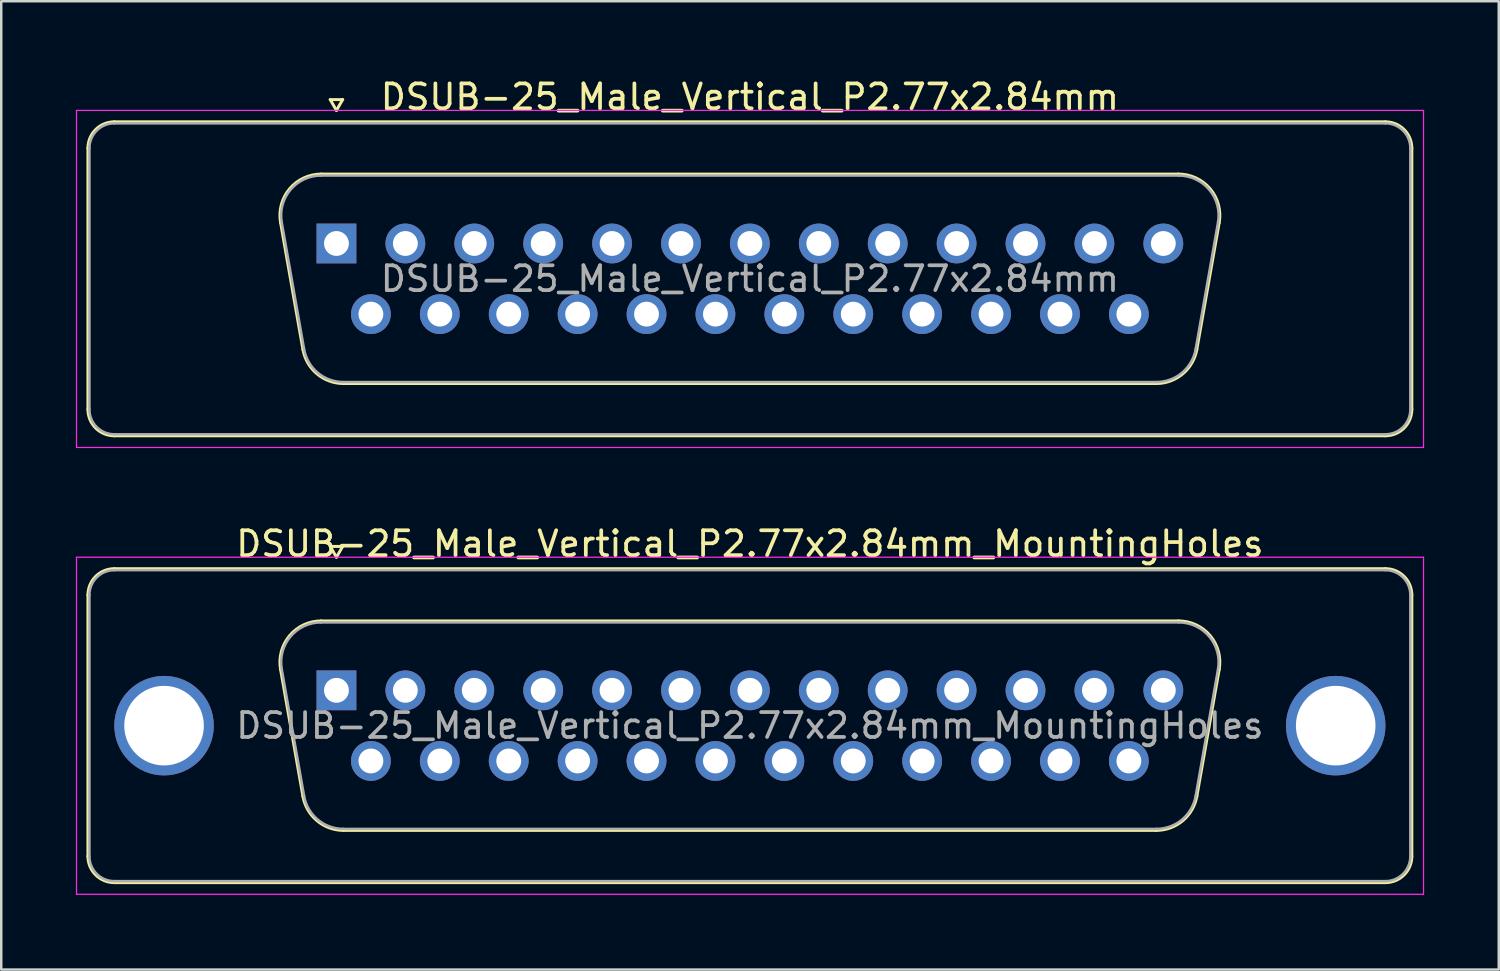
<source format=kicad_pcb>
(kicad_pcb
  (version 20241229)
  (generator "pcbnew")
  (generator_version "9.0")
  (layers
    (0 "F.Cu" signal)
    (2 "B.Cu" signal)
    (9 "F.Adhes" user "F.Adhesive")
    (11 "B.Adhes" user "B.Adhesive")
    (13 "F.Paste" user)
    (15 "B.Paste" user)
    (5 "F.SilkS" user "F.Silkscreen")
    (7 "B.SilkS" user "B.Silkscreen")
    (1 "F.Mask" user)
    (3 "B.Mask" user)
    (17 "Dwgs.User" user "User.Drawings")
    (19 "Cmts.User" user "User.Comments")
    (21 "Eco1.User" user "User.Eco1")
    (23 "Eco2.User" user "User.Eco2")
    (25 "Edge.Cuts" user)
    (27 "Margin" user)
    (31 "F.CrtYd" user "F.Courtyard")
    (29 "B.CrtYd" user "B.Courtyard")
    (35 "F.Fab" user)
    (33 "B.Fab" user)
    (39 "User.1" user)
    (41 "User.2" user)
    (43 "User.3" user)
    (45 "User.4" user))
  (footprint "DSUB-25_Male_Vertical_P2.77x2.84mm_MountingHoles"
    (layer "F.Cu")
    (at 10.475 24.701)
    (property "Reference" "DSUB-25_Male_Vertical_P2.77x2.84mm_MountingHoles" (at 16.62 -5.89 0) (layer "F.SilkS") (effects (font (size 1 1) (thickness 0.15))))
    (attr through_hole)
    (fp_line (start -9.99 6.67) (end -9.99 -3.83) (stroke (width 0.12) (type solid)) (layer "F.SilkS"))
    (fp_line (start -8.93 -4.89) (end 42.17 -4.89) (stroke (width 0.12) (type solid)) (layer "F.SilkS"))
    (fp_line (start -2.246 -0.842) (end -1.347 4.258) (stroke (width 0.12) (type solid)) (layer "F.SilkS"))
    (fp_line (start -0.612 -2.79) (end 33.852 -2.79) (stroke (width 0.12) (type solid)) (layer "F.SilkS"))
    (fp_line (start -0.25 -5.784) (end 0.25 -5.784) (stroke (width 0.12) (type solid)) (layer "F.SilkS"))
    (fp_line (start 0 -5.351) (end -0.25 -5.784) (stroke (width 0.12) (type solid)) (layer "F.SilkS"))
    (fp_line (start 0.25 -5.784) (end 0 -5.351) (stroke (width 0.12) (type solid)) (layer "F.SilkS"))
    (fp_line (start 0.288 5.63) (end 32.952 5.63) (stroke (width 0.12) (type solid)) (layer "F.SilkS"))
    (fp_line (start 35.486 -0.842) (end 34.587 4.258) (stroke (width 0.12) (type solid)) (layer "F.SilkS"))
    (fp_line (start 42.17 7.73) (end -8.93 7.73) (stroke (width 0.12) (type solid)) (layer "F.SilkS"))
    (fp_line (start 43.23 -3.83) (end 43.23 6.67) (stroke (width 0.12) (type solid)) (layer "F.SilkS"))
    (fp_arc (start -9.99 -3.83) (mid -9.679533 -4.579533) (end -8.93 -4.89) (stroke (width 0.12) (type solid)) (layer "F.SilkS"))
    (fp_arc (start -8.93 7.73) (mid -9.679533 7.419533) (end -9.99 6.67) (stroke (width 0.12) (type solid)) (layer "F.SilkS"))
    (fp_arc (start -2.24647 -0.841744) (mid -1.883323 -2.197028) (end -0.611689 -2.79) (stroke (width 0.12) (type solid)) (layer "F.SilkS"))
    (fp_arc (start 0.287579 5.63) (mid -0.779448 5.241634) (end -1.347202 4.258256) (stroke (width 0.12) (type solid)) (layer "F.SilkS"))
    (fp_arc (start 33.851689 -2.79) (mid 35.123323 -2.197027) (end 35.48647 -0.841744) (stroke (width 0.12) (type solid)) (layer "F.SilkS"))
    (fp_arc (start 34.587202 4.258256) (mid 34.019449 5.241634) (end 32.952421 5.63) (stroke (width 0.12) (type solid)) (layer "F.SilkS"))
    (fp_arc (start 42.17 -4.89) (mid 42.919533 -4.579533) (end 43.23 -3.83) (stroke (width 0.12) (type solid)) (layer "F.SilkS"))
    (fp_arc (start 43.23 6.67) (mid 42.919533 7.419533) (end 42.17 7.73) (stroke (width 0.12) (type solid)) (layer "F.SilkS"))
    (fp_line (start -10.45 -5.35) (end -10.45 8.2) (stroke (width 0.05) (type solid)) (layer "F.CrtYd"))
    (fp_line (start -10.45 8.2) (end 43.7 8.2) (stroke (width 0.05) (type solid)) (layer "F.CrtYd"))
    (fp_line (start 43.7 -5.35) (end -10.45 -5.35) (stroke (width 0.05) (type solid)) (layer "F.CrtYd"))
    (fp_line (start 43.7 8.2) (end 43.7 -5.35) (stroke (width 0.05) (type solid)) (layer "F.CrtYd"))
    (fp_line (start -9.93 6.67) (end -9.93 -3.83) (stroke (width 0.1) (type solid)) (layer "F.Fab"))
    (fp_line (start -8.93 -4.83) (end 42.17 -4.83) (stroke (width 0.1) (type solid)) (layer "F.Fab"))
    (fp_line (start -2.199 -0.852) (end -1.3 4.248) (stroke (width 0.1) (type solid)) (layer "F.Fab"))
    (fp_line (start -0.623 -2.73) (end 33.863 -2.73) (stroke (width 0.1) (type solid)) (layer "F.Fab"))
    (fp_line (start 0.276 5.57) (end 32.964 5.57) (stroke (width 0.1) (type solid)) (layer "F.Fab"))
    (fp_line (start 35.439 -0.852) (end 34.54 4.248) (stroke (width 0.1) (type solid)) (layer "F.Fab"))
    (fp_line (start 42.17 7.67) (end -8.93 7.67) (stroke (width 0.1) (type solid)) (layer "F.Fab"))
    (fp_line (start 43.17 -3.83) (end 43.17 6.67) (stroke (width 0.1) (type solid)) (layer "F.Fab"))
    (fp_arc (start -9.93 -3.83) (mid -9.637107 -4.537107) (end -8.93 -4.83) (stroke (width 0.1) (type solid)) (layer "F.Fab"))
    (fp_arc (start -8.93 7.67) (mid -9.637107 7.377107) (end -9.93 6.67) (stroke (width 0.1) (type solid)) (layer "F.Fab"))
    (fp_arc (start -2.198886 -0.852163) (mid -1.848865 -2.15846) (end -0.623194 -2.73) (stroke (width 0.1) (type solid)) (layer "F.Fab"))
    (fp_arc (start 0.276073 5.57) (mid -0.752387 5.195671) (end -1.299619 4.247837) (stroke (width 0.1) (type solid)) (layer "F.Fab"))
    (fp_arc (start 33.863194 -2.73) (mid 35.088865 -2.15846) (end 35.438886 -0.852163) (stroke (width 0.1) (type solid)) (layer "F.Fab"))
    (fp_arc (start 34.539619 4.247837) (mid 33.992387 5.195671) (end 32.963927 5.57) (stroke (width 0.1) (type solid)) (layer "F.Fab"))
    (fp_arc (start 42.17 -4.83) (mid 42.877107 -4.537107) (end 43.17 -3.83) (stroke (width 0.1) (type solid)) (layer "F.Fab"))
    (fp_arc (start 43.17 6.67) (mid 42.877107 7.377107) (end 42.17 7.67) (stroke (width 0.1) (type solid)) (layer "F.Fab"))
    (fp_text user "${REFERENCE}" (at 16.62 1.42 0) (layer "F.Fab") (effects (font (size 1 1) (thickness 0.15))))
    (pad "0" thru_hole circle (at -6.93 1.42) (size 4 4) (drill 3.2) (layers "*.Cu" "*.Mask"))
    (pad "0" thru_hole circle (at 40.17 1.42) (size 4 4) (drill 3.2) (layers "*.Cu" "*.Mask"))
    (pad "1" thru_hole rect (at 0 0) (size 1.6 1.6) (drill 1) (layers "*.Cu" "*.Mask"))
    (pad "2" thru_hole circle (at 2.77 0) (size 1.6 1.6) (drill 1) (layers "*.Cu" "*.Mask"))
    (pad "3" thru_hole circle (at 5.54 0) (size 1.6 1.6) (drill 1) (layers "*.Cu" "*.Mask"))
    (pad "4" thru_hole circle (at 8.31 0) (size 1.6 1.6) (drill 1) (layers "*.Cu" "*.Mask"))
    (pad "5" thru_hole circle (at 11.08 0) (size 1.6 1.6) (drill 1) (layers "*.Cu" "*.Mask"))
    (pad "6" thru_hole circle (at 13.85 0) (size 1.6 1.6) (drill 1) (layers "*.Cu" "*.Mask"))
    (pad "7" thru_hole circle (at 16.62 0) (size 1.6 1.6) (drill 1) (layers "*.Cu" "*.Mask"))
    (pad "8" thru_hole circle (at 19.39 0) (size 1.6 1.6) (drill 1) (layers "*.Cu" "*.Mask"))
    (pad "9" thru_hole circle (at 22.16 0) (size 1.6 1.6) (drill 1) (layers "*.Cu" "*.Mask"))
    (pad "10" thru_hole circle (at 24.93 0) (size 1.6 1.6) (drill 1) (layers "*.Cu" "*.Mask"))
    (pad "11" thru_hole circle (at 27.7 0) (size 1.6 1.6) (drill 1) (layers "*.Cu" "*.Mask"))
    (pad "12" thru_hole circle (at 30.47 0) (size 1.6 1.6) (drill 1) (layers "*.Cu" "*.Mask"))
    (pad "13" thru_hole circle (at 33.24 0) (size 1.6 1.6) (drill 1) (layers "*.Cu" "*.Mask"))
    (pad "14" thru_hole circle (at 1.385 2.84) (size 1.6 1.6) (drill 1) (layers "*.Cu" "*.Mask"))
    (pad "15" thru_hole circle (at 4.155 2.84) (size 1.6 1.6) (drill 1) (layers "*.Cu" "*.Mask"))
    (pad "16" thru_hole circle (at 6.925 2.84) (size 1.6 1.6) (drill 1) (layers "*.Cu" "*.Mask"))
    (pad "17" thru_hole circle (at 9.695 2.84) (size 1.6 1.6) (drill 1) (layers "*.Cu" "*.Mask"))
    (pad "18" thru_hole circle (at 12.465 2.84) (size 1.6 1.6) (drill 1) (layers "*.Cu" "*.Mask"))
    (pad "19" thru_hole circle (at 15.235 2.84) (size 1.6 1.6) (drill 1) (layers "*.Cu" "*.Mask"))
    (pad "20" thru_hole circle (at 18.005 2.84) (size 1.6 1.6) (drill 1) (layers "*.Cu" "*.Mask"))
    (pad "21" thru_hole circle (at 20.775 2.84) (size 1.6 1.6) (drill 1) (layers "*.Cu" "*.Mask"))
    (pad "22" thru_hole circle (at 23.545 2.84) (size 1.6 1.6) (drill 1) (layers "*.Cu" "*.Mask"))
    (pad "23" thru_hole circle (at 26.315 2.84) (size 1.6 1.6) (drill 1) (layers "*.Cu" "*.Mask"))
    (pad "24" thru_hole circle (at 29.085 2.84) (size 1.6 1.6) (drill 1) (layers "*.Cu" "*.Mask"))
    (pad "25" thru_hole circle (at 31.855 2.84) (size 1.6 1.6) (drill 1) (layers "*.Cu" "*.Mask")))
  (footprint "DSUB-25_Male_Vertical_P2.77x2.84mm"
    (layer "F.Cu")
    (at 10.475 6.738)
    (property "Reference" "DSUB-25_Male_Vertical_P2.77x2.84mm" (at 16.62 -5.89 0) (layer "F.SilkS") (effects (font (size 1 1) (thickness 0.15))))
    (attr through_hole)
    (fp_line (start -9.99 6.67) (end -9.99 -3.83) (stroke (width 0.12) (type solid)) (layer "F.SilkS"))
    (fp_line (start -8.93 -4.89) (end 42.17 -4.89) (stroke (width 0.12) (type solid)) (layer "F.SilkS"))
    (fp_line (start -2.246 -0.842) (end -1.347 4.258) (stroke (width 0.12) (type solid)) (layer "F.SilkS"))
    (fp_line (start -0.612 -2.79) (end 33.852 -2.79) (stroke (width 0.12) (type solid)) (layer "F.SilkS"))
    (fp_line (start -0.25 -5.784) (end 0.25 -5.784) (stroke (width 0.12) (type solid)) (layer "F.SilkS"))
    (fp_line (start 0 -5.351) (end -0.25 -5.784) (stroke (width 0.12) (type solid)) (layer "F.SilkS"))
    (fp_line (start 0.25 -5.784) (end 0 -5.351) (stroke (width 0.12) (type solid)) (layer "F.SilkS"))
    (fp_line (start 0.288 5.63) (end 32.952 5.63) (stroke (width 0.12) (type solid)) (layer "F.SilkS"))
    (fp_line (start 35.486 -0.842) (end 34.587 4.258) (stroke (width 0.12) (type solid)) (layer "F.SilkS"))
    (fp_line (start 42.17 7.73) (end -8.93 7.73) (stroke (width 0.12) (type solid)) (layer "F.SilkS"))
    (fp_line (start 43.23 -3.83) (end 43.23 6.67) (stroke (width 0.12) (type solid)) (layer "F.SilkS"))
    (fp_arc (start -9.99 -3.83) (mid -9.679533 -4.579533) (end -8.93 -4.89) (stroke (width 0.12) (type solid)) (layer "F.SilkS"))
    (fp_arc (start -8.93 7.73) (mid -9.679533 7.419533) (end -9.99 6.67) (stroke (width 0.12) (type solid)) (layer "F.SilkS"))
    (fp_arc (start -2.24647 -0.841744) (mid -1.883323 -2.197028) (end -0.611689 -2.79) (stroke (width 0.12) (type solid)) (layer "F.SilkS"))
    (fp_arc (start 0.287579 5.63) (mid -0.779448 5.241634) (end -1.347202 4.258256) (stroke (width 0.12) (type solid)) (layer "F.SilkS"))
    (fp_arc (start 33.851689 -2.79) (mid 35.123323 -2.197027) (end 35.48647 -0.841744) (stroke (width 0.12) (type solid)) (layer "F.SilkS"))
    (fp_arc (start 34.587202 4.258256) (mid 34.019449 5.241634) (end 32.952421 5.63) (stroke (width 0.12) (type solid)) (layer "F.SilkS"))
    (fp_arc (start 42.17 -4.89) (mid 42.919533 -4.579533) (end 43.23 -3.83) (stroke (width 0.12) (type solid)) (layer "F.SilkS"))
    (fp_arc (start 43.23 6.67) (mid 42.919533 7.419533) (end 42.17 7.73) (stroke (width 0.12) (type solid)) (layer "F.SilkS"))
    (fp_line (start -10.45 -5.35) (end -10.45 8.2) (stroke (width 0.05) (type solid)) (layer "F.CrtYd"))
    (fp_line (start -10.45 8.2) (end 43.7 8.2) (stroke (width 0.05) (type solid)) (layer "F.CrtYd"))
    (fp_line (start 43.7 -5.35) (end -10.45 -5.35) (stroke (width 0.05) (type solid)) (layer "F.CrtYd"))
    (fp_line (start 43.7 8.2) (end 43.7 -5.35) (stroke (width 0.05) (type solid)) (layer "F.CrtYd"))
    (fp_line (start -9.93 6.67) (end -9.93 -3.83) (stroke (width 0.1) (type solid)) (layer "F.Fab"))
    (fp_line (start -8.93 -4.83) (end 42.17 -4.83) (stroke (width 0.1) (type solid)) (layer "F.Fab"))
    (fp_line (start -2.199 -0.852) (end -1.3 4.248) (stroke (width 0.1) (type solid)) (layer "F.Fab"))
    (fp_line (start -0.623 -2.73) (end 33.863 -2.73) (stroke (width 0.1) (type solid)) (layer "F.Fab"))
    (fp_line (start 0.276 5.57) (end 32.964 5.57) (stroke (width 0.1) (type solid)) (layer "F.Fab"))
    (fp_line (start 35.439 -0.852) (end 34.54 4.248) (stroke (width 0.1) (type solid)) (layer "F.Fab"))
    (fp_line (start 42.17 7.67) (end -8.93 7.67) (stroke (width 0.1) (type solid)) (layer "F.Fab"))
    (fp_line (start 43.17 -3.83) (end 43.17 6.67) (stroke (width 0.1) (type solid)) (layer "F.Fab"))
    (fp_arc (start -9.93 -3.83) (mid -9.637107 -4.537107) (end -8.93 -4.83) (stroke (width 0.1) (type solid)) (layer "F.Fab"))
    (fp_arc (start -8.93 7.67) (mid -9.637107 7.377107) (end -9.93 6.67) (stroke (width 0.1) (type solid)) (layer "F.Fab"))
    (fp_arc (start -2.198886 -0.852163) (mid -1.848865 -2.15846) (end -0.623194 -2.73) (stroke (width 0.1) (type solid)) (layer "F.Fab"))
    (fp_arc (start 0.276073 5.57) (mid -0.752387 5.195671) (end -1.299619 4.247837) (stroke (width 0.1) (type solid)) (layer "F.Fab"))
    (fp_arc (start 33.863194 -2.73) (mid 35.088865 -2.15846) (end 35.438886 -0.852163) (stroke (width 0.1) (type solid)) (layer "F.Fab"))
    (fp_arc (start 34.539619 4.247837) (mid 33.992387 5.195671) (end 32.963927 5.57) (stroke (width 0.1) (type solid)) (layer "F.Fab"))
    (fp_arc (start 42.17 -4.83) (mid 42.877107 -4.537107) (end 43.17 -3.83) (stroke (width 0.1) (type solid)) (layer "F.Fab"))
    (fp_arc (start 43.17 6.67) (mid 42.877107 7.377107) (end 42.17 7.67) (stroke (width 0.1) (type solid)) (layer "F.Fab"))
    (fp_text user "${REFERENCE}" (at 16.62 1.42 0) (layer "F.Fab") (effects (font (size 1 1) (thickness 0.15))))
    (pad "1" thru_hole rect (at 0 0) (size 1.6 1.6) (drill 1) (layers "*.Cu" "*.Mask"))
    (pad "2" thru_hole circle (at 2.77 0) (size 1.6 1.6) (drill 1) (layers "*.Cu" "*.Mask"))
    (pad "3" thru_hole circle (at 5.54 0) (size 1.6 1.6) (drill 1) (layers "*.Cu" "*.Mask"))
    (pad "4" thru_hole circle (at 8.31 0) (size 1.6 1.6) (drill 1) (layers "*.Cu" "*.Mask"))
    (pad "5" thru_hole circle (at 11.08 0) (size 1.6 1.6) (drill 1) (layers "*.Cu" "*.Mask"))
    (pad "6" thru_hole circle (at 13.85 0) (size 1.6 1.6) (drill 1) (layers "*.Cu" "*.Mask"))
    (pad "7" thru_hole circle (at 16.62 0) (size 1.6 1.6) (drill 1) (layers "*.Cu" "*.Mask"))
    (pad "8" thru_hole circle (at 19.39 0) (size 1.6 1.6) (drill 1) (layers "*.Cu" "*.Mask"))
    (pad "9" thru_hole circle (at 22.16 0) (size 1.6 1.6) (drill 1) (layers "*.Cu" "*.Mask"))
    (pad "10" thru_hole circle (at 24.93 0) (size 1.6 1.6) (drill 1) (layers "*.Cu" "*.Mask"))
    (pad "11" thru_hole circle (at 27.7 0) (size 1.6 1.6) (drill 1) (layers "*.Cu" "*.Mask"))
    (pad "12" thru_hole circle (at 30.47 0) (size 1.6 1.6) (drill 1) (layers "*.Cu" "*.Mask"))
    (pad "13" thru_hole circle (at 33.24 0) (size 1.6 1.6) (drill 1) (layers "*.Cu" "*.Mask"))
    (pad "14" thru_hole circle (at 1.385 2.84) (size 1.6 1.6) (drill 1) (layers "*.Cu" "*.Mask"))
    (pad "15" thru_hole circle (at 4.155 2.84) (size 1.6 1.6) (drill 1) (layers "*.Cu" "*.Mask"))
    (pad "16" thru_hole circle (at 6.925 2.84) (size 1.6 1.6) (drill 1) (layers "*.Cu" "*.Mask"))
    (pad "17" thru_hole circle (at 9.695 2.84) (size 1.6 1.6) (drill 1) (layers "*.Cu" "*.Mask"))
    (pad "18" thru_hole circle (at 12.465 2.84) (size 1.6 1.6) (drill 1) (layers "*.Cu" "*.Mask"))
    (pad "19" thru_hole circle (at 15.235 2.84) (size 1.6 1.6) (drill 1) (layers "*.Cu" "*.Mask"))
    (pad "20" thru_hole circle (at 18.005 2.84) (size 1.6 1.6) (drill 1) (layers "*.Cu" "*.Mask"))
    (pad "21" thru_hole circle (at 20.775 2.84) (size 1.6 1.6) (drill 1) (layers "*.Cu" "*.Mask"))
    (pad "22" thru_hole circle (at 23.545 2.84) (size 1.6 1.6) (drill 1) (layers "*.Cu" "*.Mask"))
    (pad "23" thru_hole circle (at 26.315 2.84) (size 1.6 1.6) (drill 1) (layers "*.Cu" "*.Mask"))
    (pad "24" thru_hole circle (at 29.085 2.84) (size 1.6 1.6) (drill 1) (layers "*.Cu" "*.Mask"))
    (pad "25" thru_hole circle (at 31.855 2.84) (size 1.6 1.6) (drill 1) (layers "*.Cu" "*.Mask")))
  (gr_rect
    (start -3 -3)
    (end 57.2 35.926)
    (stroke (width 0.1) (type default))
    (fill no)
    (layer "Edge.Cuts")))
</source>
